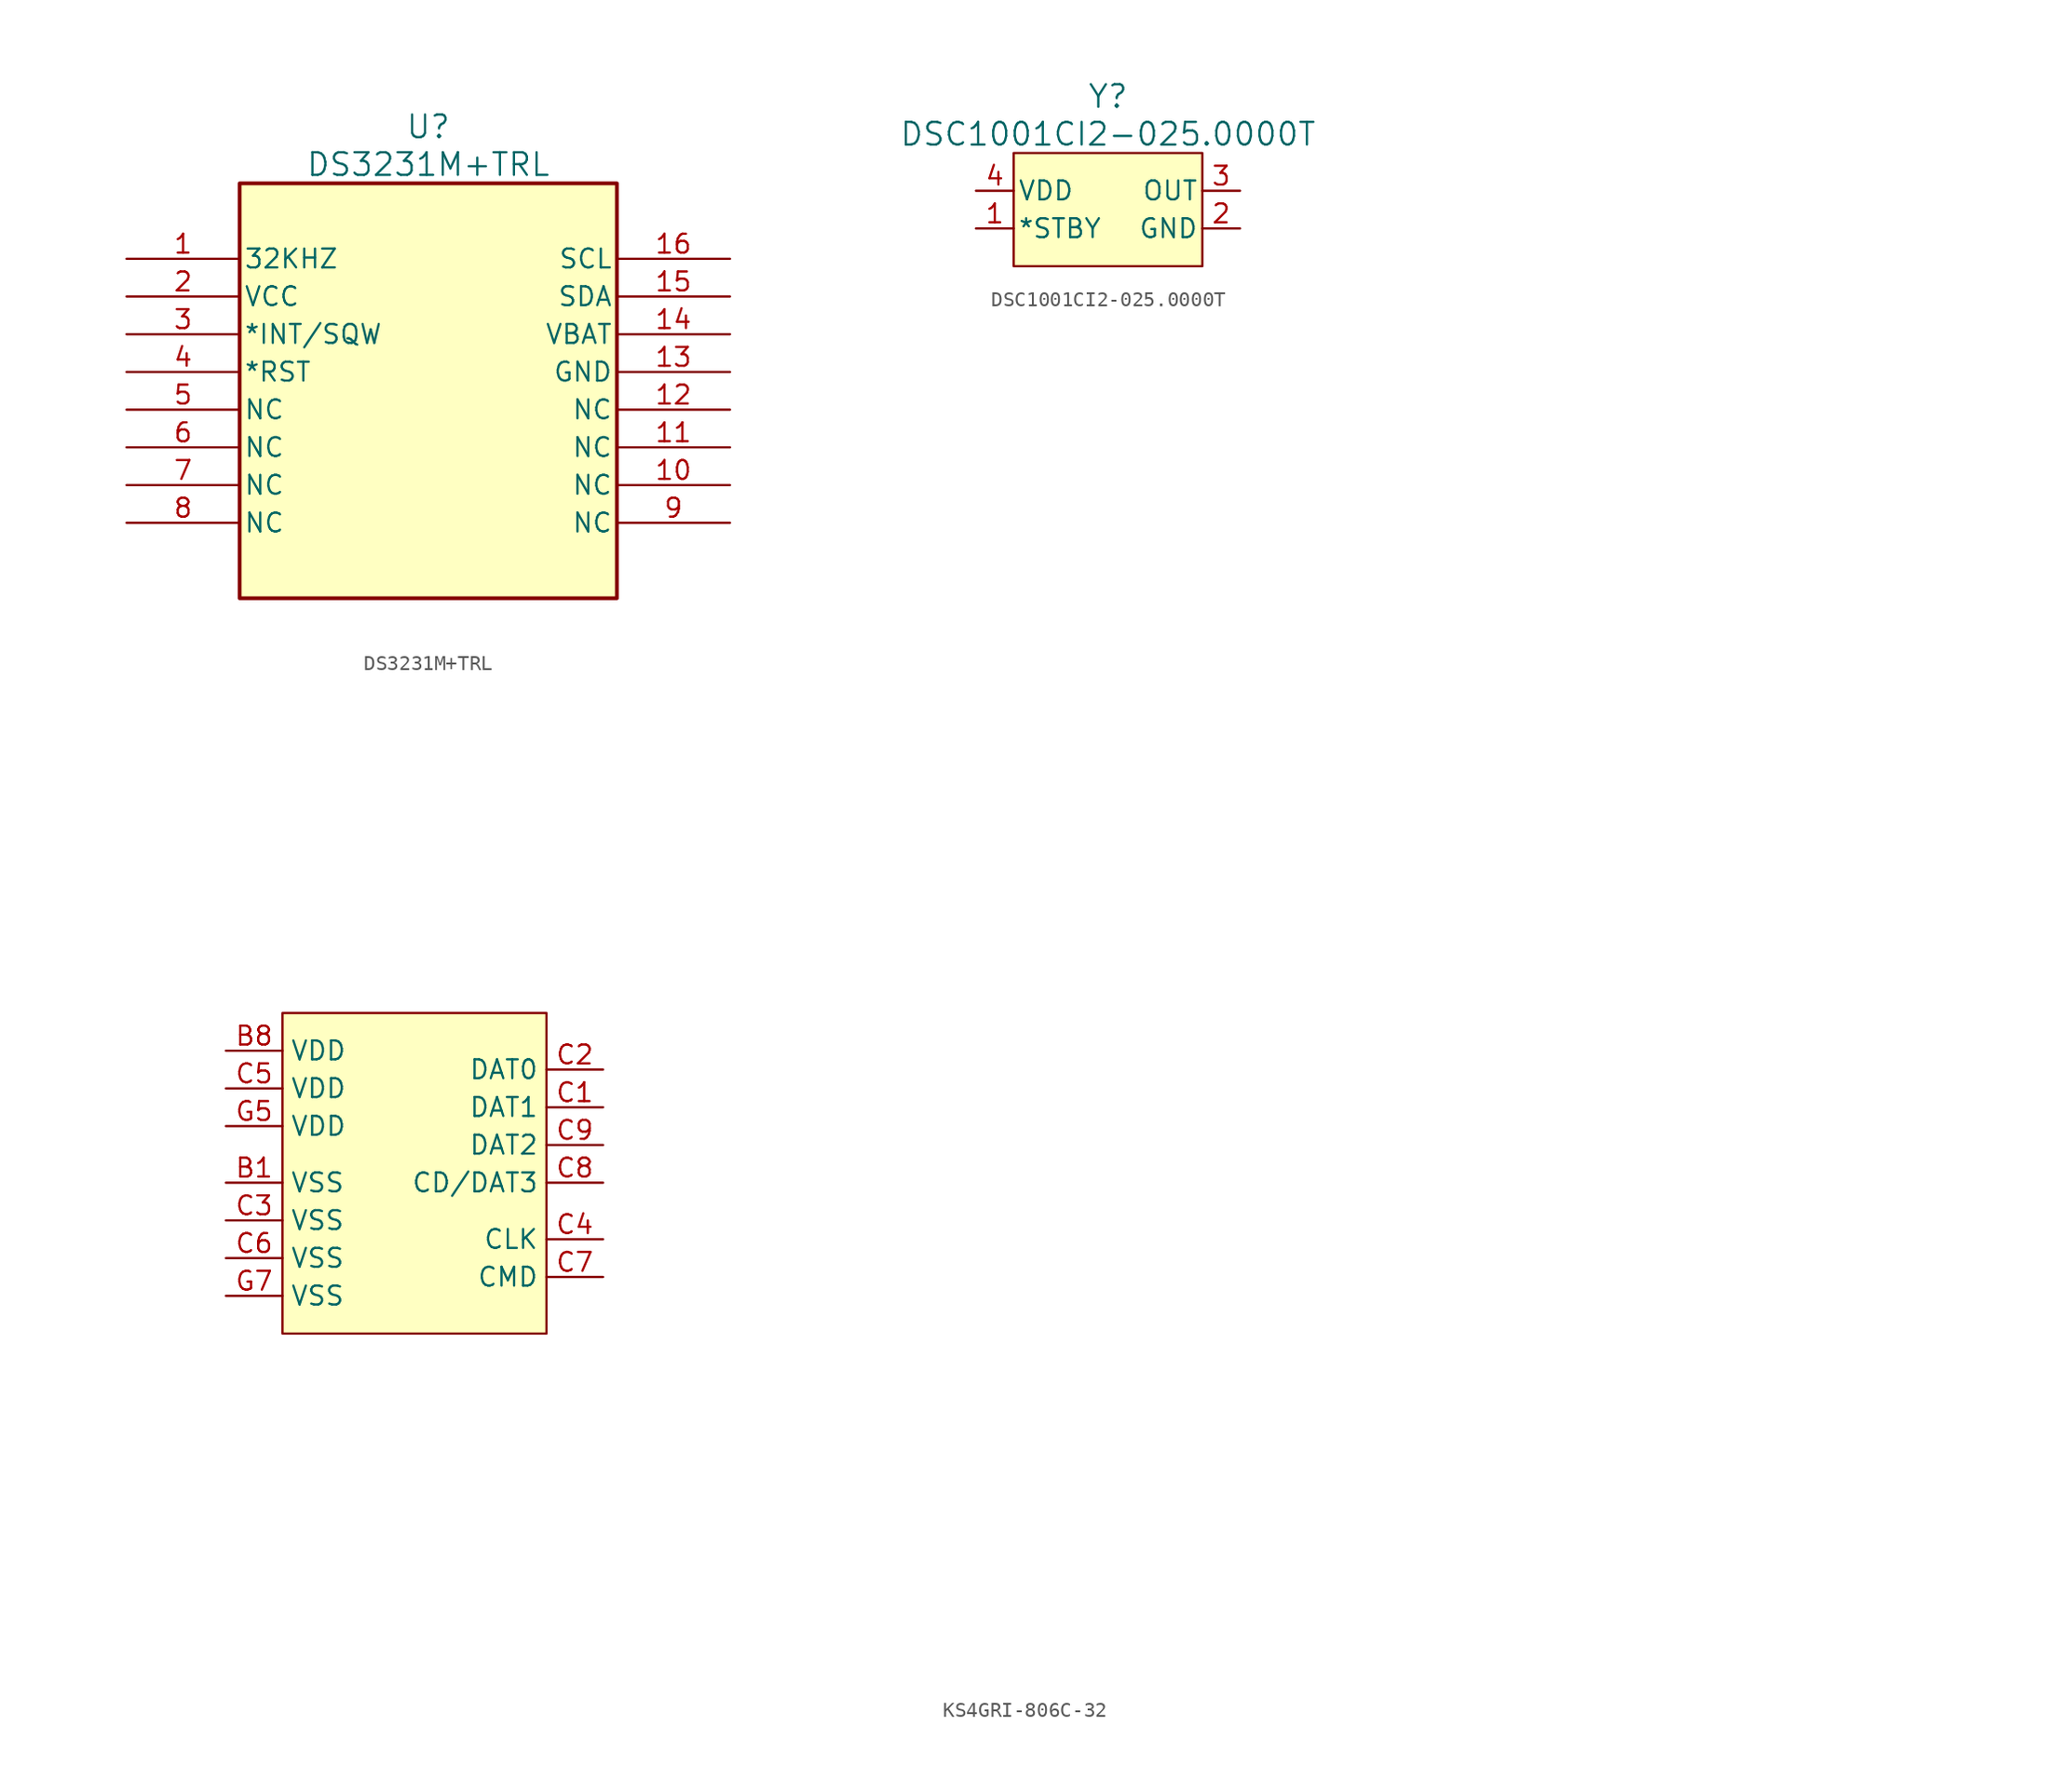
<source format=kicad_sym>
(kicad_symbol_lib
  (version 20241209)
  (generator "kicad_symbol_editor")
  (generator_version "9.0")
  (symbol "DS3231M+TRL"
    (pin_names
      (offset 0.254))
    (property "Reference" "U"
      (at 20.32 8.89 0)
      (effects (font (size 1.524 1.524))))
    (property "Value" "DS3231M+TRL"
      (at 20.32 6.35 0)
      (effects (font (size 1.524 1.524))))
    (symbol "DS3231M+TRL_0_1"
      (pin bidirectional line (at 0 0 0) (length 7.62) (name "32KHZ" (effects (font (size 1.27 1.27)))) (number "1" (effects (font (size 1.27 1.27)))))
      (pin power_in line (at 0 -2.54 0) (length 7.62) (name "VCC" (effects (font (size 1.27 1.27)))) (number "2" (effects (font (size 1.27 1.27)))))
      (pin bidirectional line (at 0 -5.08 0) (length 7.62) (name "*INT/SQW" (effects (font (size 1.27 1.27)))) (number "3" (effects (font (size 1.27 1.27)))))
      (pin bidirectional line (at 0 -7.62 0) (length 7.62) (name "*RST" (effects (font (size 1.27 1.27)))) (number "4" (effects (font (size 1.27 1.27)))))
      (pin passive line (at 0 -10.16 0) (length 7.62) (name "NC" (effects (font (size 1.27 1.27)))) (number "5" (effects (font (size 1.27 1.27)))))
      (pin passive line (at 0 -12.7 0) (length 7.62) (name "NC" (effects (font (size 1.27 1.27)))) (number "6" (effects (font (size 1.27 1.27)))))
      (pin passive line (at 0 -15.24 0) (length 7.62) (name "NC" (effects (font (size 1.27 1.27)))) (number "7" (effects (font (size 1.27 1.27)))))
      (pin passive line (at 0 -17.78 0) (length 7.62) (name "NC" (effects (font (size 1.27 1.27)))) (number "8" (effects (font (size 1.27 1.27)))))
      (pin bidirectional line (at 40.64 0 180) (length 7.62) (name "SCL" (effects (font (size 1.27 1.27)))) (number "16" (effects (font (size 1.27 1.27)))))
      (pin bidirectional line (at 40.64 -2.54 180) (length 7.62) (name "SDA" (effects (font (size 1.27 1.27)))) (number "15" (effects (font (size 1.27 1.27)))))
      (pin power_in line (at 40.64 -5.08 180) (length 7.62) (name "VBAT" (effects (font (size 1.27 1.27)))) (number "14" (effects (font (size 1.27 1.27)))))
      (pin power_in line (at 40.64 -7.62 180) (length 7.62) (name "GND" (effects (font (size 1.27 1.27)))) (number "13" (effects (font (size 1.27 1.27)))))
      (pin passive line (at 40.64 -10.16 180) (length 7.62) (name "NC" (effects (font (size 1.27 1.27)))) (number "12" (effects (font (size 1.27 1.27)))))
      (pin passive line (at 40.64 -12.7 180) (length 7.62) (name "NC" (effects (font (size 1.27 1.27)))) (number "11" (effects (font (size 1.27 1.27)))))
      (pin passive line (at 40.64 -15.24 180) (length 7.62) (name "NC" (effects (font (size 1.27 1.27)))) (number "10" (effects (font (size 1.27 1.27)))))
      (pin passive line (at 40.64 -17.78 180) (length 7.62) (name "NC" (effects (font (size 1.27 1.27)))) (number "9" (effects (font (size 1.27 1.27))))))
    (symbol "DS3231M+TRL_1_1"
      (rectangle (start 7.62 5.08) (end 33.02 -22.86) (stroke (width 0.254) (type solid)) (fill (type background)))))
  (symbol "DSC1001CI2-025.0000T"
    (pin_names
      (offset 0.254))
    (property "Reference" "Y"
      (at 0 7.62 0)
      (effects (font (size 1.524 1.524))))
    (property "Value" "DSC1001CI2-025.0000T"
      (at 0 5.08 0)
      (effects (font (size 1.524 1.524))))
    (symbol "DSC1001CI2-025.0000T_1_1"
      (rectangle (start -6.35 3.81) (end 6.35 -3.81) (stroke (width 0) (type solid)) (fill (type background)))
      (pin power_in line (at -8.89 1.27 0) (length 2.54) (name "VDD" (effects (font (size 1.27 1.27)))) (number "4" (effects (font (size 1.27 1.27)))))
      (pin input line (at -8.89 -1.27 0) (length 2.54) (name "*STBY" (effects (font (size 1.27 1.27)))) (number "1" (effects (font (size 1.27 1.27)))))
      (pin output line (at 8.89 1.27 180) (length 2.54) (name "OUT" (effects (font (size 1.27 1.27)))) (number "3" (effects (font (size 1.27 1.27)))))
      (pin power_out line (at 8.89 -1.27 180) (length 2.54) (name "GND" (effects (font (size 1.27 1.27)))) (number "2" (effects (font (size 1.27 1.27)))))))
  (symbol "KS4GRI-806C-32"
    (property "Reference" "U"
      (at 0 14.732 0)
      (effects (font (size 1.27 1.27)) (hide yes)))
    (symbol "KS4GRI-806C-32_1_1"
      (rectangle (start -8.89 11.43) (end 8.89 -10.16) (stroke (width 0) (type solid)) (fill (type background)))
      (rectangle private (start 49.53 24.13) (end 91.44 -25.4) (stroke (width 0) (type solid)) (fill (type background)))
      (text private "NO CONNECT BALLS\n(INVISIBLE)" (at 70.612 0 0) (effects (font (size 1.27 1.27))))
      (pin power_in line (at -12.7 8.89 0) (length 3.81) (name "VDD" (effects (font (size 1.27 1.27)))) (number "B8" (effects (font (size 1.27 1.27)))))
      (pin power_in line (at -12.7 6.35 0) (length 3.81) (name "VDD" (effects (font (size 1.27 1.27)))) (number "C5" (effects (font (size 1.27 1.27)))))
      (pin power_in line (at -12.7 3.81 0) (length 3.81) (name "VDD" (effects (font (size 1.27 1.27)))) (number "G5" (effects (font (size 1.27 1.27)))))
      (pin power_in line (at -12.7 0 0) (length 3.81) (name "VSS" (effects (font (size 1.27 1.27)))) (number "B1" (effects (font (size 1.27 1.27)))))
      (pin power_in line (at -12.7 -2.54 0) (length 3.81) (name "VSS" (effects (font (size 1.27 1.27)))) (number "C3" (effects (font (size 1.27 1.27)))))
      (pin power_in line (at -12.7 -5.08 0) (length 3.81) (name "VSS" (effects (font (size 1.27 1.27)))) (number "C6" (effects (font (size 1.27 1.27)))))
      (pin power_in line (at -12.7 -7.62 0) (length 3.81) (name "VSS" (effects (font (size 1.27 1.27)))) (number "G7" (effects (font (size 1.27 1.27)))))
      (pin input line (at 12.7 7.62 180) (length 3.81) (name "DAT0" (effects (font (size 1.27 1.27)))) (number "C2" (effects (font (size 1.27 1.27)))))
      (pin input line (at 12.7 5.08 180) (length 3.81) (name "DAT1" (effects (font (size 1.27 1.27)))) (number "C1" (effects (font (size 1.27 1.27)))))
      (pin input line (at 12.7 2.54 180) (length 3.81) (name "DAT2" (effects (font (size 1.27 1.27)))) (number "C9" (effects (font (size 1.27 1.27)))))
      (pin input line (at 12.7 0 180) (length 3.81) (name "CD/DAT3" (effects (font (size 1.27 1.27)))) (number "C8" (effects (font (size 1.27 1.27)))))
      (pin input line (at 12.7 -3.81 180) (length 3.81) (name "CLK" (effects (font (size 1.27 1.27)))) (number "C4" (effects (font (size 1.27 1.27)))))
      (pin input line (at 12.7 -6.35 180) (length 3.81) (name "CMD" (effects (font (size 1.27 1.27)))) (number "C7" (effects (font (size 1.27 1.27)))))
      (pin no_connect line (at 45.72 21.59 0) (length 3.81) (hide yes) (name "NC" (effects (font (size 1.27 1.27)))) (number "A1" (effects (font (size 1.27 1.27)))))
      (pin no_connect line (at 45.72 19.05 0) (length 3.81) (hide yes) (name "NC" (effects (font (size 1.27 1.27)))) (number "A2" (effects (font (size 1.27 1.27)))))
      (pin no_connect line (at 45.72 16.51 0) (length 3.81) (hide yes) (name "NC" (effects (font (size 1.27 1.27)))) (number "A3" (effects (font (size 1.27 1.27)))))
      (pin no_connect line (at 45.72 13.97 0) (length 3.81) (hide yes) (name "NC" (effects (font (size 1.27 1.27)))) (number "A4" (effects (font (size 1.27 1.27)))))
      (pin no_connect line (at 45.72 11.43 0) (length 3.81) (hide yes) (name "NC" (effects (font (size 1.27 1.27)))) (number "A5" (effects (font (size 1.27 1.27)))))
      (pin no_connect line (at 45.72 8.89 0) (length 3.81) (hide yes) (name "NC" (effects (font (size 1.27 1.27)))) (number "A6" (effects (font (size 1.27 1.27)))))
      (pin no_connect line (at 45.72 6.35 0) (length 3.81) (hide yes) (name "NC" (effects (font (size 1.27 1.27)))) (number "A7" (effects (font (size 1.27 1.27)))))
      (pin no_connect line (at 45.72 3.81 0) (length 3.81) (hide yes) (name "NC" (effects (font (size 1.27 1.27)))) (number "A8" (effects (font (size 1.27 1.27)))))
      (pin no_connect line (at 45.72 1.27 0) (length 3.81) (hide yes) (name "NC" (effects (font (size 1.27 1.27)))) (number "A9" (effects (font (size 1.27 1.27)))))
      (pin no_connect line (at 45.72 -5.08 0) (length 3.81) (hide yes) (name "NC" (effects (font (size 1.27 1.27)))) (number "B2" (effects (font (size 1.27 1.27)))))
      (pin no_connect line (at 45.72 -7.62 0) (length 3.81) (hide yes) (name "NC" (effects (font (size 1.27 1.27)))) (number "B3" (effects (font (size 1.27 1.27)))))
      (pin no_connect line (at 45.72 -10.16 0) (length 3.81) (hide yes) (name "NC" (effects (font (size 1.27 1.27)))) (number "B4" (effects (font (size 1.27 1.27)))))
      (pin no_connect line (at 45.72 -12.7 0) (length 3.81) (hide yes) (name "NC" (effects (font (size 1.27 1.27)))) (number "B5" (effects (font (size 1.27 1.27)))))
      (pin no_connect line (at 45.72 -15.24 0) (length 3.81) (hide yes) (name "NC" (effects (font (size 1.27 1.27)))) (number "B6" (effects (font (size 1.27 1.27)))))
      (pin no_connect line (at 45.72 -17.78 0) (length 3.81) (hide yes) (name "NC" (effects (font (size 1.27 1.27)))) (number "B7" (effects (font (size 1.27 1.27)))))
      (pin no_connect line (at 63.5 -29.21 90) (length 3.81) (hide yes) (name "NC" (effects (font (size 1.27 1.27)))) (number "G1" (effects (font (size 1.27 1.27)))))
      (pin no_connect line (at 66.04 -29.21 90) (length 3.81) (hide yes) (name "NC" (effects (font (size 1.27 1.27)))) (number "G2" (effects (font (size 1.27 1.27)))))
      (pin no_connect line (at 68.58 -29.21 90) (length 3.81) (hide yes) (name "NC" (effects (font (size 1.27 1.27)))) (number "G3" (effects (font (size 1.27 1.27)))))
      (pin no_connect line (at 71.12 -29.21 90) (length 3.81) (hide yes) (name "NC" (effects (font (size 1.27 1.27)))) (number "G4" (effects (font (size 1.27 1.27)))))
      (pin no_connect line (at 73.66 -29.21 90) (length 3.81) (hide yes) (name "NC" (effects (font (size 1.27 1.27)))) (number "G6" (effects (font (size 1.27 1.27)))))
      (pin no_connect line (at 76.2 -29.21 90) (length 3.81) (hide yes) (name "NC" (effects (font (size 1.27 1.27)))) (number "G8" (effects (font (size 1.27 1.27)))))
      (pin no_connect line (at 78.74 -29.21 90) (length 3.81) (hide yes) (name "NC" (effects (font (size 1.27 1.27)))) (number "G9" (effects (font (size 1.27 1.27)))))
      (pin no_connect line (at 95.25 21.59 180) (length 3.81) (hide yes) (name "NC" (effects (font (size 1.27 1.27)))) (number "H1" (effects (font (size 1.27 1.27)))))
      (pin no_connect line (at 95.25 19.05 180) (length 3.81) (hide yes) (name "NC" (effects (font (size 1.27 1.27)))) (number "H2" (effects (font (size 1.27 1.27)))))
      (pin no_connect line (at 95.25 16.51 180) (length 3.81) (hide yes) (name "NC" (effects (font (size 1.27 1.27)))) (number "H3" (effects (font (size 1.27 1.27)))))
      (pin no_connect line (at 95.25 13.97 180) (length 3.81) (hide yes) (name "NC" (effects (font (size 1.27 1.27)))) (number "H4" (effects (font (size 1.27 1.27)))))
      (pin no_connect line (at 95.25 11.43 180) (length 3.81) (hide yes) (name "NC" (effects (font (size 1.27 1.27)))) (number "H5" (effects (font (size 1.27 1.27)))))
      (pin no_connect line (at 95.25 8.89 180) (length 3.81) (hide yes) (name "NC" (effects (font (size 1.27 1.27)))) (number "H6" (effects (font (size 1.27 1.27)))))
      (pin no_connect line (at 95.25 6.35 180) (length 3.81) (hide yes) (name "NC" (effects (font (size 1.27 1.27)))) (number "H7" (effects (font (size 1.27 1.27)))))
      (pin no_connect line (at 95.25 3.81 180) (length 3.81) (hide yes) (name "NC" (effects (font (size 1.27 1.27)))) (number "H8" (effects (font (size 1.27 1.27)))))
      (pin no_connect line (at 95.25 -2.54 180) (length 3.81) (hide yes) (name "NC" (effects (font (size 1.27 1.27)))) (number "J1" (effects (font (size 1.27 1.27)))))
      (pin no_connect line (at 95.25 -5.08 180) (length 3.81) (hide yes) (name "NC" (effects (font (size 1.27 1.27)))) (number "J2" (effects (font (size 1.27 1.27)))))
      (pin no_connect line (at 95.25 -7.62 180) (length 3.81) (hide yes) (name "NC" (effects (font (size 1.27 1.27)))) (number "J3" (effects (font (size 1.27 1.27)))))
      (pin no_connect line (at 95.25 -10.16 180) (length 3.81) (hide yes) (name "NC" (effects (font (size 1.27 1.27)))) (number "J4" (effects (font (size 1.27 1.27)))))
      (pin no_connect line (at 95.25 -12.7 180) (length 3.81) (hide yes) (name "NC" (effects (font (size 1.27 1.27)))) (number "J5" (effects (font (size 1.27 1.27)))))
      (pin no_connect line (at 95.25 -15.24 180) (length 3.81) (hide yes) (name "NC" (effects (font (size 1.27 1.27)))) (number "J6" (effects (font (size 1.27 1.27)))))
      (pin no_connect line (at 95.25 -17.78 180) (length 3.81) (hide yes) (name "NC" (effects (font (size 1.27 1.27)))) (number "J7" (effects (font (size 1.27 1.27)))))
      (pin no_connect line (at 95.25 -20.32 180) (length 3.81) (hide yes) (name "NC" (effects (font (size 1.27 1.27)))) (number "J8" (effects (font (size 1.27 1.27)))))
      (pin no_connect line (at 95.25 -22.86 180) (length 3.81) (hide yes) (name "NC" (effects (font (size 1.27 1.27)))) (number "J9" (effects (font (size 1.27 1.27))))))))
</source>
